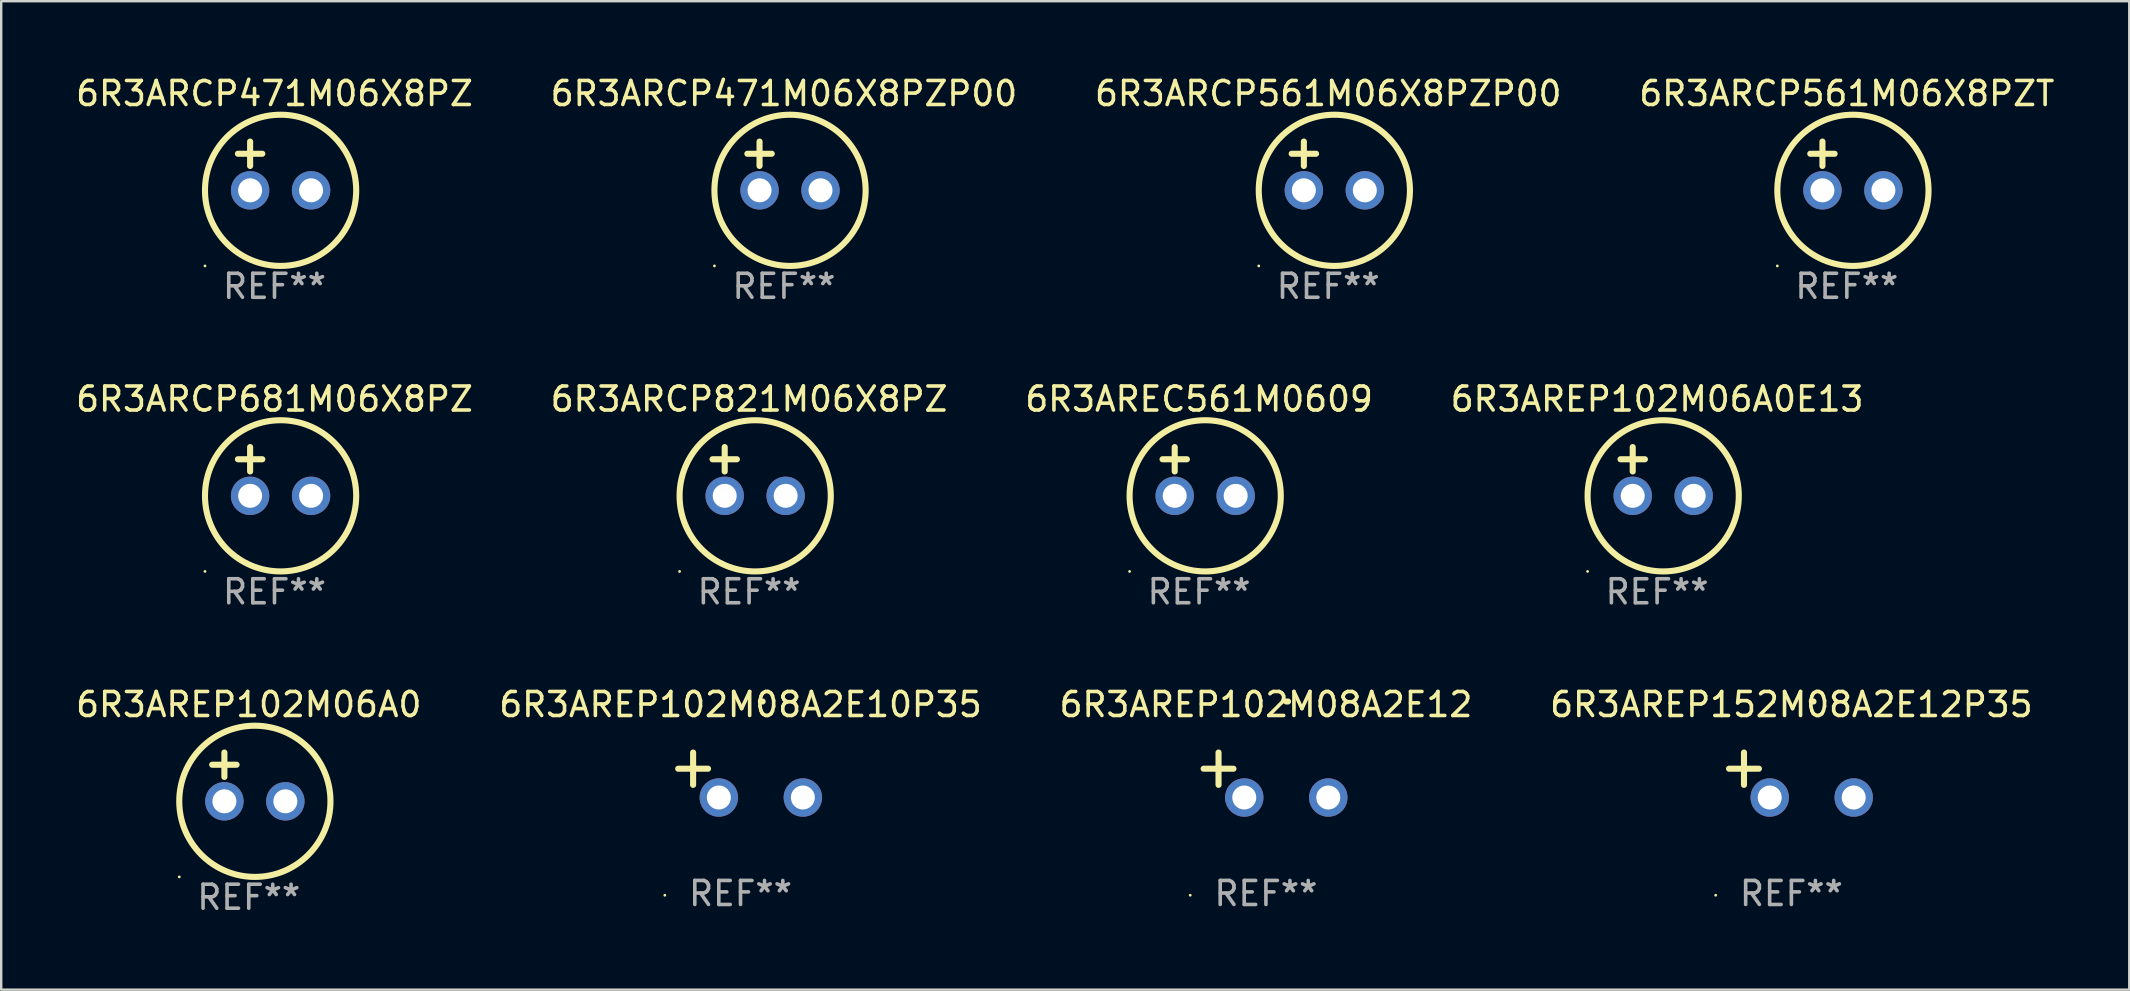
<source format=kicad_pcb>
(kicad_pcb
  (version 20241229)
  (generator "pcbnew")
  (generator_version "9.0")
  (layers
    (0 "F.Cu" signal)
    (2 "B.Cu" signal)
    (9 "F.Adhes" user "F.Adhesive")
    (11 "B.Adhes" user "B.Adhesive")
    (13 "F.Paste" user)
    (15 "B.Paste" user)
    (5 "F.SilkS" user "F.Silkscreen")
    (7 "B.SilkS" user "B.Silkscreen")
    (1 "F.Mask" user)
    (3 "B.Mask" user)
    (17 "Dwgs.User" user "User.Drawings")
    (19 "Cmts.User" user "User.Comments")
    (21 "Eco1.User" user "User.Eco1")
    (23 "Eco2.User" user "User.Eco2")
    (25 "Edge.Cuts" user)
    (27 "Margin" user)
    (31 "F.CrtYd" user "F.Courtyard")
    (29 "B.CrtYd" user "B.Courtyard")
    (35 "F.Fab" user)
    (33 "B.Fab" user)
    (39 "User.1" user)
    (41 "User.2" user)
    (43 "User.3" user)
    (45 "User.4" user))
  (footprint "6R3AREP102M06A0E13"
    (layer "F.Cu")
    (at 65.994 16.593)
    (property "Reference" "6R3AREP102M06A0E13" (at 0 -3.016 0) (layer "F.SilkS") (effects (font (size 1 1) (thickness 0.15))))
    (attr through_hole)
    (fp_line (start -1.524 -0.508) (end -0.508 -0.508) (stroke (width 0.254) (type solid)) (layer "F.SilkS"))
    (fp_line (start -1.016 -1.016) (end -1.016 0) (stroke (width 0.254) (type solid)) (layer "F.SilkS"))
    (fp_circle (center -2.896 4.166) (end -2.866 4.166) (stroke (width 0.06) (type solid)) (fill no) (layer "F.SilkS"))
    (fp_circle (center 0.254 1.016) (end 3.404 1.016) (stroke (width 0.254) (type solid)) (fill no) (layer "F.SilkS"))
    (fp_text user "REF**" (at 0 5.016 0) (layer "F.Fab") (effects (font (size 1 1) (thickness 0.15))))
    (pad "1" thru_hole circle (at -1.016 1.016) (size 1.6 1.6) (drill 1) (layers "*.Cu" "*.Mask"))
    (pad "2" thru_hole circle (at 1.524 1.016) (size 1.6 1.6) (drill 1) (layers "*.Cu" "*.Mask")))
  (footprint "6R3AREP102M08A2E10P35"
    (layer "F.Cu")
    (at 27.804 29.242)
    (property "Reference" "6R3AREP102M08A2E10P35" (at 0 -2.937 0) (layer "F.SilkS") (effects (font (size 1 1) (thickness 0.15))))
    (attr through_hole)
    (fp_line (start -1.975 0.41) (end -1.975 -0.937) (stroke (width 0.254) (type solid)) (layer "F.SilkS"))
    (fp_line (start -1.353 -0.263) (end -2.597 -0.263) (stroke (width 0.254) (type solid)) (layer "F.SilkS"))
    (fp_arc (start 0.849809 -3.063957) (mid 0.885369 -3.064114) (end 0.920929 -3.063957) (stroke (width 0.254001) (type solid)) (layer "F.SilkS"))
    (fp_circle (center -3.154 5.008) (end -3.124 5.008) (stroke (width 0.06) (type solid)) (fill no) (layer "F.SilkS"))
    (fp_text user "REF**" (at 0 4.937 0) (layer "F.Fab") (effects (font (size 1 1) (thickness 0.15))))
    (pad "1" thru_hole circle (at -0.903 0.937) (size 1.6 1.6) (drill 1) (layers "*.Cu" "*.Mask"))
    (pad "2" thru_hole circle (at 2.597 0.937) (size 1.6 1.6) (drill 1) (layers "*.Cu" "*.Mask")))
  (footprint "6R3ARCP561M06X8PZT"
    (layer "F.Cu")
    (at 73.899 3.864)
    (property "Reference" "6R3ARCP561M06X8PZT" (at 0 -3.016 0) (layer "F.SilkS") (effects (font (size 1 1) (thickness 0.15))))
    (attr through_hole)
    (fp_line (start -1.524 -0.508) (end -0.508 -0.508) (stroke (width 0.254) (type solid)) (layer "F.SilkS"))
    (fp_line (start -1.016 -1.016) (end -1.016 0) (stroke (width 0.254) (type solid)) (layer "F.SilkS"))
    (fp_circle (center -2.896 4.166) (end -2.866 4.166) (stroke (width 0.06) (type solid)) (fill no) (layer "F.SilkS"))
    (fp_circle (center 0.254 1.016) (end 3.404 1.016) (stroke (width 0.254) (type solid)) (fill no) (layer "F.SilkS"))
    (fp_text user "REF**" (at 0 5.016 0) (layer "F.Fab") (effects (font (size 1 1) (thickness 0.15))))
    (pad "1" thru_hole circle (at -1.016 1.016) (size 1.6 1.6) (drill 1) (layers "*.Cu" "*.Mask"))
    (pad "2" thru_hole circle (at 1.524 1.016) (size 1.6 1.6) (drill 1) (layers "*.Cu" "*.Mask")))
  (footprint "6R3ARCP561M06X8PZP00"
    (layer "F.Cu")
    (at 52.292 3.864)
    (property "Reference" "6R3ARCP561M06X8PZP00" (at 0 -3.016 0) (layer "F.SilkS") (effects (font (size 1 1) (thickness 0.15))))
    (attr through_hole)
    (fp_line (start -1.524 -0.508) (end -0.508 -0.508) (stroke (width 0.254) (type solid)) (layer "F.SilkS"))
    (fp_line (start -1.016 -1.016) (end -1.016 0) (stroke (width 0.254) (type solid)) (layer "F.SilkS"))
    (fp_circle (center -2.896 4.166) (end -2.866 4.166) (stroke (width 0.06) (type solid)) (fill no) (layer "F.SilkS"))
    (fp_circle (center 0.254 1.016) (end 3.404 1.016) (stroke (width 0.254) (type solid)) (fill no) (layer "F.SilkS"))
    (fp_text user "REF**" (at 0 5.016 0) (layer "F.Fab") (effects (font (size 1 1) (thickness 0.15))))
    (pad "1" thru_hole circle (at -1.016 1.016) (size 1.6 1.6) (drill 1) (layers "*.Cu" "*.Mask"))
    (pad "2" thru_hole circle (at 1.524 1.016) (size 1.6 1.6) (drill 1) (layers "*.Cu" "*.Mask")))
  (footprint "6R3ARCP821M06X8PZ"
    (layer "F.Cu")
    (at 28.161 16.593)
    (property "Reference" "6R3ARCP821M06X8PZ" (at 0 -3.016 0) (layer "F.SilkS") (effects (font (size 1 1) (thickness 0.15))))
    (attr through_hole)
    (fp_line (start -1.524 -0.508) (end -0.508 -0.508) (stroke (width 0.254) (type solid)) (layer "F.SilkS"))
    (fp_line (start -1.016 -1.016) (end -1.016 0) (stroke (width 0.254) (type solid)) (layer "F.SilkS"))
    (fp_circle (center -2.896 4.166) (end -2.866 4.166) (stroke (width 0.06) (type solid)) (fill no) (layer "F.SilkS"))
    (fp_circle (center 0.254 1.016) (end 3.404 1.016) (stroke (width 0.254) (type solid)) (fill no) (layer "F.SilkS"))
    (fp_text user "REF**" (at 0 5.016 0) (layer "F.Fab") (effects (font (size 1 1) (thickness 0.15))))
    (pad "1" thru_hole circle (at -1.016 1.016) (size 1.6 1.6) (drill 1) (layers "*.Cu" "*.Mask"))
    (pad "2" thru_hole circle (at 1.524 1.016) (size 1.6 1.6) (drill 1) (layers "*.Cu" "*.Mask")))
  (footprint "6R3ARCP471M06X8PZ"
    (layer "F.Cu")
    (at 8.387 3.864)
    (property "Reference" "6R3ARCP471M06X8PZ" (at 0 -3.016 0) (layer "F.SilkS") (effects (font (size 1 1) (thickness 0.15))))
    (attr through_hole)
    (fp_line (start -1.524 -0.508) (end -0.508 -0.508) (stroke (width 0.254) (type solid)) (layer "F.SilkS"))
    (fp_line (start -1.016 -1.016) (end -1.016 0) (stroke (width 0.254) (type solid)) (layer "F.SilkS"))
    (fp_circle (center -2.896 4.166) (end -2.866 4.166) (stroke (width 0.06) (type solid)) (fill no) (layer "F.SilkS"))
    (fp_circle (center 0.254 1.016) (end 3.404 1.016) (stroke (width 0.254) (type solid)) (fill no) (layer "F.SilkS"))
    (fp_text user "REF**" (at 0 5.016 0) (layer "F.Fab") (effects (font (size 1 1) (thickness 0.15))))
    (pad "1" thru_hole circle (at -1.016 1.016) (size 1.6 1.6) (drill 1) (layers "*.Cu" "*.Mask"))
    (pad "2" thru_hole circle (at 1.524 1.016) (size 1.6 1.6) (drill 1) (layers "*.Cu" "*.Mask")))
  (footprint "6R3AREP102M06A0"
    (layer "F.Cu")
    (at 7.315 29.321)
    (property "Reference" "6R3AREP102M06A0" (at 0 -3.016 0) (layer "F.SilkS") (effects (font (size 1 1) (thickness 0.15))))
    (attr through_hole)
    (fp_line (start -1.524 -0.508) (end -0.508 -0.508) (stroke (width 0.254) (type solid)) (layer "F.SilkS"))
    (fp_line (start -1.016 -1.016) (end -1.016 0) (stroke (width 0.254) (type solid)) (layer "F.SilkS"))
    (fp_circle (center -2.896 4.166) (end -2.866 4.166) (stroke (width 0.06) (type solid)) (fill no) (layer "F.SilkS"))
    (fp_circle (center 0.254 1.016) (end 3.404 1.016) (stroke (width 0.254) (type solid)) (fill no) (layer "F.SilkS"))
    (fp_text user "REF**" (at 0 5.016 0) (layer "F.Fab") (effects (font (size 1 1) (thickness 0.15))))
    (pad "1" thru_hole circle (at -1.016 1.016) (size 1.6 1.6) (drill 1) (layers "*.Cu" "*.Mask"))
    (pad "2" thru_hole circle (at 1.524 1.016) (size 1.6 1.6) (drill 1) (layers "*.Cu" "*.Mask")))
  (footprint "6R3ARCP681M06X8PZ"
    (layer "F.Cu")
    (at 8.387 16.593)
    (property "Reference" "6R3ARCP681M06X8PZ" (at 0 -3.016 0) (layer "F.SilkS") (effects (font (size 1 1) (thickness 0.15))))
    (attr through_hole)
    (fp_line (start -1.524 -0.508) (end -0.508 -0.508) (stroke (width 0.254) (type solid)) (layer "F.SilkS"))
    (fp_line (start -1.016 -1.016) (end -1.016 0) (stroke (width 0.254) (type solid)) (layer "F.SilkS"))
    (fp_circle (center -2.896 4.166) (end -2.866 4.166) (stroke (width 0.06) (type solid)) (fill no) (layer "F.SilkS"))
    (fp_circle (center 0.254 1.016) (end 3.404 1.016) (stroke (width 0.254) (type solid)) (fill no) (layer "F.SilkS"))
    (fp_text user "REF**" (at 0 5.016 0) (layer "F.Fab") (effects (font (size 1 1) (thickness 0.15))))
    (pad "1" thru_hole circle (at -1.016 1.016) (size 1.6 1.6) (drill 1) (layers "*.Cu" "*.Mask"))
    (pad "2" thru_hole circle (at 1.524 1.016) (size 1.6 1.6) (drill 1) (layers "*.Cu" "*.Mask")))
  (footprint "6R3AREP152M08A2E12P35"
    (layer "F.Cu")
    (at 71.589 29.242)
    (property "Reference" "6R3AREP152M08A2E12P35" (at 0 -2.937 0) (layer "F.SilkS") (effects (font (size 1 1) (thickness 0.15))))
    (attr through_hole)
    (fp_line (start -1.975 0.41) (end -1.975 -0.937) (stroke (width 0.254) (type solid)) (layer "F.SilkS"))
    (fp_line (start -1.353 -0.263) (end -2.597 -0.263) (stroke (width 0.254) (type solid)) (layer "F.SilkS"))
    (fp_arc (start 0.849809 -3.063957) (mid 0.885369 -3.064114) (end 0.920929 -3.063957) (stroke (width 0.254001) (type solid)) (layer "F.SilkS"))
    (fp_circle (center -3.154 5.008) (end -3.124 5.008) (stroke (width 0.06) (type solid)) (fill no) (layer "F.SilkS"))
    (fp_text user "REF**" (at 0 4.937 0) (layer "F.Fab") (effects (font (size 1 1) (thickness 0.15))))
    (pad "1" thru_hole circle (at -0.903 0.937) (size 1.6 1.6) (drill 1) (layers "*.Cu" "*.Mask"))
    (pad "2" thru_hole circle (at 2.597 0.937) (size 1.6 1.6) (drill 1) (layers "*.Cu" "*.Mask")))
  (footprint "6R3ARCP471M06X8PZP00"
    (layer "F.Cu")
    (at 29.613 3.864)
    (property "Reference" "6R3ARCP471M06X8PZP00" (at 0 -3.016 0) (layer "F.SilkS") (effects (font (size 1 1) (thickness 0.15))))
    (attr through_hole)
    (fp_line (start -1.524 -0.508) (end -0.508 -0.508) (stroke (width 0.254) (type solid)) (layer "F.SilkS"))
    (fp_line (start -1.016 -1.016) (end -1.016 0) (stroke (width 0.254) (type solid)) (layer "F.SilkS"))
    (fp_circle (center -2.896 4.166) (end -2.866 4.166) (stroke (width 0.06) (type solid)) (fill no) (layer "F.SilkS"))
    (fp_circle (center 0.254 1.016) (end 3.404 1.016) (stroke (width 0.254) (type solid)) (fill no) (layer "F.SilkS"))
    (fp_text user "REF**" (at 0 5.016 0) (layer "F.Fab") (effects (font (size 1 1) (thickness 0.15))))
    (pad "1" thru_hole circle (at -1.016 1.016) (size 1.6 1.6) (drill 1) (layers "*.Cu" "*.Mask"))
    (pad "2" thru_hole circle (at 1.524 1.016) (size 1.6 1.6) (drill 1) (layers "*.Cu" "*.Mask")))
  (footprint "6R3AREC561M0609"
    (layer "F.Cu")
    (at 46.911 16.593)
    (property "Reference" "6R3AREC561M0609" (at 0 -3.016 0) (layer "F.SilkS") (effects (font (size 1 1) (thickness 0.15))))
    (attr through_hole)
    (fp_line (start -1.524 -0.508) (end -0.508 -0.508) (stroke (width 0.254) (type solid)) (layer "F.SilkS"))
    (fp_line (start -1.016 -1.016) (end -1.016 0) (stroke (width 0.254) (type solid)) (layer "F.SilkS"))
    (fp_circle (center -2.896 4.166) (end -2.866 4.166) (stroke (width 0.06) (type solid)) (fill no) (layer "F.SilkS"))
    (fp_circle (center 0.254 1.016) (end 3.404 1.016) (stroke (width 0.254) (type solid)) (fill no) (layer "F.SilkS"))
    (fp_text user "REF**" (at 0 5.016 0) (layer "F.Fab") (effects (font (size 1 1) (thickness 0.15))))
    (pad "1" thru_hole circle (at -1.016 1.016) (size 1.6 1.6) (drill 1) (layers "*.Cu" "*.Mask"))
    (pad "2" thru_hole circle (at 1.524 1.016) (size 1.6 1.6) (drill 1) (layers "*.Cu" "*.Mask")))
  (footprint "6R3AREP102M08A2E12"
    (layer "F.Cu")
    (at 49.696 29.242)
    (property "Reference" "6R3AREP102M08A2E12" (at 0 -2.937 0) (layer "F.SilkS") (effects (font (size 1 1) (thickness 0.15))))
    (attr through_hole)
    (fp_line (start -1.975 0.41) (end -1.975 -0.937) (stroke (width 0.254) (type solid)) (layer "F.SilkS"))
    (fp_line (start -1.353 -0.263) (end -2.597 -0.263) (stroke (width 0.254) (type solid)) (layer "F.SilkS"))
    (fp_arc (start 0.849809 -3.063957) (mid 0.885369 -3.064114) (end 0.920929 -3.063957) (stroke (width 0.254001) (type solid)) (layer "F.SilkS"))
    (fp_circle (center -3.154 5.008) (end -3.124 5.008) (stroke (width 0.06) (type solid)) (fill no) (layer "F.SilkS"))
    (fp_text user "REF**" (at 0 4.937 0) (layer "F.Fab") (effects (font (size 1 1) (thickness 0.15))))
    (pad "1" thru_hole circle (at -0.903 0.937) (size 1.6 1.6) (drill 1) (layers "*.Cu" "*.Mask"))
    (pad "2" thru_hole circle (at 2.597 0.937) (size 1.6 1.6) (drill 1) (layers "*.Cu" "*.Mask")))
  (gr_rect
    (start -3 -3)
    (end 85.667 38.186)
    (stroke (width 0.1) (type default))
    (fill no)
    (layer "Edge.Cuts")))
</source>
